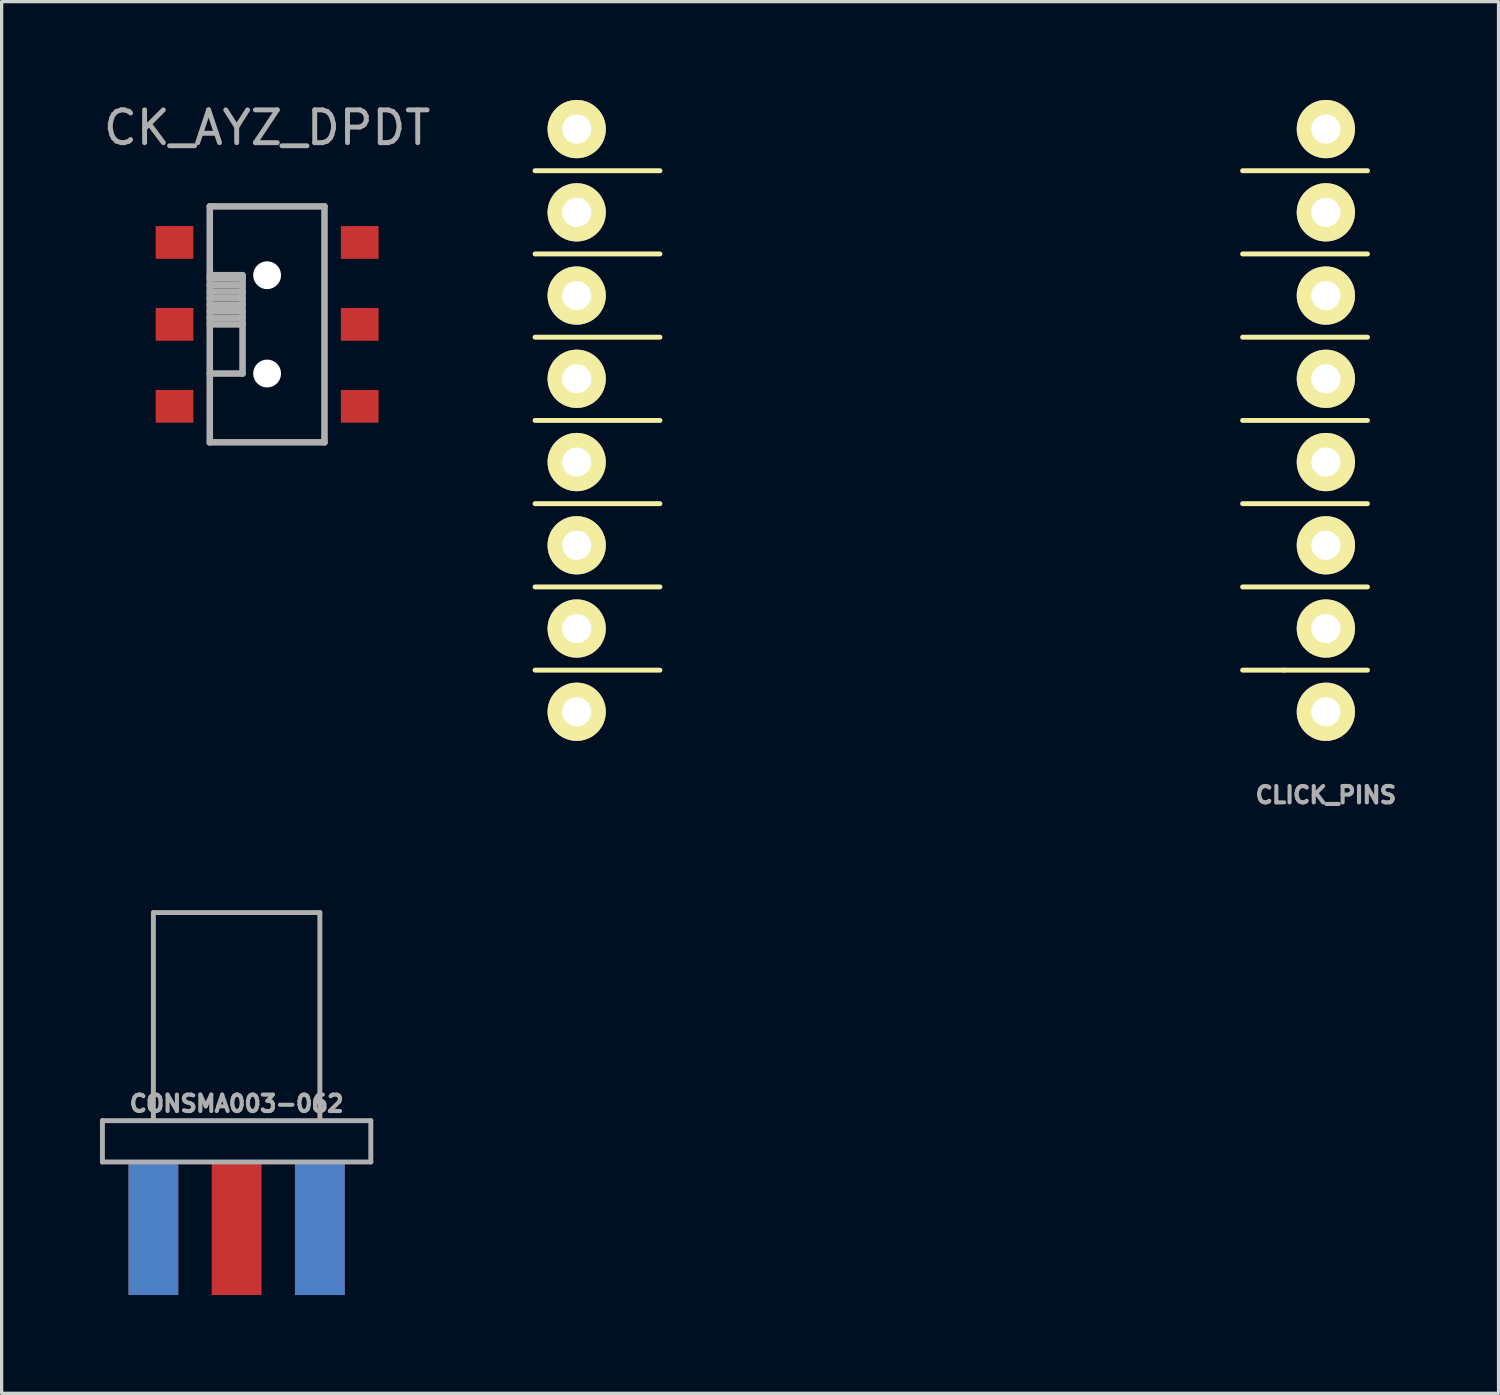
<source format=kicad_pcb>
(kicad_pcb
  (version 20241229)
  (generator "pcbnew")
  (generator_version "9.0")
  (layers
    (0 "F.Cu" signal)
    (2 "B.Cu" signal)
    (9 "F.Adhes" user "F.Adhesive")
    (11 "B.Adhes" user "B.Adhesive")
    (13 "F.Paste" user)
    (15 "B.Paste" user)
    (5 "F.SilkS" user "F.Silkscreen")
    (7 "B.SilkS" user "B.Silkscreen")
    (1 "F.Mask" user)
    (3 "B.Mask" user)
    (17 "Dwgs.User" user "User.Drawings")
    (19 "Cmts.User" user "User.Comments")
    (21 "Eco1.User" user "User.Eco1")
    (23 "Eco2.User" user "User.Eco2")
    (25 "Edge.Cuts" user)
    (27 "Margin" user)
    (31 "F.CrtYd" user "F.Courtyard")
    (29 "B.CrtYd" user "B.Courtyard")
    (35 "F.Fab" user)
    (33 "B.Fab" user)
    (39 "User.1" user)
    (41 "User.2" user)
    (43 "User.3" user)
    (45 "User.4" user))
  (footprint "CLICK_PINS"
    (layer "F.Cu")
    (at 25.977 9.779)
    (property "Reference" "CLICK_PINS" (at 11.43 11.43 0) (layer "F.Fab") (effects (font (size 0.5 0.5) (thickness 0.125))))
    (attr through_hole)
    (fp_line (start -12.7 -7.62) (end -8.89 -7.62) (stroke (width 0.15) (type solid)) (layer "F.SilkS"))
    (fp_line (start -12.7 -5.08) (end -8.89 -5.08) (stroke (width 0.15) (type solid)) (layer "F.SilkS"))
    (fp_line (start -12.7 -2.54) (end -8.89 -2.54) (stroke (width 0.15) (type solid)) (layer "F.SilkS"))
    (fp_line (start -12.7 0) (end -8.89 0) (stroke (width 0.15) (type solid)) (layer "F.SilkS"))
    (fp_line (start -12.7 2.54) (end -8.89 2.54) (stroke (width 0.15) (type solid)) (layer "F.SilkS"))
    (fp_line (start -12.7 5.08) (end -8.89 5.08) (stroke (width 0.15) (type solid)) (layer "F.SilkS"))
    (fp_line (start -12.7 7.62) (end -8.89 7.62) (stroke (width 0.15) (type solid)) (layer "F.SilkS"))
    (fp_line (start 10.16 7.62) (end 8.89 7.62) (stroke (width 0.15) (type solid)) (layer "F.SilkS"))
    (fp_line (start 12.7 -7.62) (end 8.89 -7.62) (stroke (width 0.15) (type solid)) (layer "F.SilkS"))
    (fp_line (start 12.7 -5.08) (end 8.89 -5.08) (stroke (width 0.15) (type solid)) (layer "F.SilkS"))
    (fp_line (start 12.7 -2.54) (end 8.89 -2.54) (stroke (width 0.15) (type solid)) (layer "F.SilkS"))
    (fp_line (start 12.7 0) (end 8.89 0) (stroke (width 0.15) (type solid)) (layer "F.SilkS"))
    (fp_line (start 12.7 2.54) (end 8.89 2.54) (stroke (width 0.15) (type solid)) (layer "F.SilkS"))
    (fp_line (start 12.7 5.08) (end 8.89 5.08) (stroke (width 0.15) (type solid)) (layer "F.SilkS"))
    (fp_line (start 12.7 7.62) (end 10.16 7.62) (stroke (width 0.15) (type solid)) (layer "F.SilkS"))
    (pad "1" thru_hole circle (at -11.43 -8.89) (size 1.778 1.778) (drill 0.889) (layers "*.Cu" "*.Mask" "F.SilkS"))
    (pad "2" thru_hole circle (at -11.43 -6.35) (size 1.778 1.778) (drill 0.889) (layers "*.Cu" "*.Mask" "F.SilkS"))
    (pad "3" thru_hole circle (at -11.43 -3.81) (size 1.778 1.778) (drill 0.889) (layers "*.Cu" "*.Mask" "F.SilkS"))
    (pad "4" thru_hole circle (at -11.43 -1.27) (size 1.778 1.778) (drill 0.889) (layers "*.Cu" "*.Mask" "F.SilkS"))
    (pad "5" thru_hole circle (at -11.43 1.27) (size 1.778 1.778) (drill 0.889) (layers "*.Cu" "*.Mask" "F.SilkS"))
    (pad "6" thru_hole circle (at -11.43 3.81) (size 1.778 1.778) (drill 0.889) (layers "*.Cu" "*.Mask" "F.SilkS"))
    (pad "7" thru_hole circle (at -11.43 6.35) (size 1.778 1.778) (drill 0.889) (layers "*.Cu" "*.Mask" "F.SilkS"))
    (pad "8" thru_hole circle (at -11.43 8.89) (size 1.778 1.778) (drill 0.889) (layers "*.Cu" "*.Mask" "F.SilkS"))
    (pad "9" thru_hole circle (at 11.43 8.89) (size 1.778 1.778) (drill 0.889) (layers "*.Cu" "*.Mask" "F.SilkS"))
    (pad "10" thru_hole circle (at 11.43 6.35) (size 1.778 1.778) (drill 0.889) (layers "*.Cu" "*.Mask" "F.SilkS"))
    (pad "11" thru_hole circle (at 11.43 3.81) (size 1.778 1.778) (drill 0.889) (layers "*.Cu" "*.Mask" "F.SilkS"))
    (pad "12" thru_hole circle (at 11.43 1.27) (size 1.778 1.778) (drill 0.889) (layers "*.Cu" "*.Mask" "F.SilkS"))
    (pad "13" thru_hole circle (at 11.43 -1.27) (size 1.778 1.778) (drill 0.889) (layers "*.Cu" "*.Mask" "F.SilkS"))
    (pad "14" thru_hole circle (at 11.43 -3.81) (size 1.778 1.778) (drill 0.889) (layers "*.Cu" "*.Mask" "F.SilkS"))
    (pad "15" thru_hole circle (at 11.43 -6.35) (size 1.778 1.778) (drill 0.889) (layers "*.Cu" "*.Mask" "F.SilkS"))
    (pad "16" thru_hole circle (at 11.43 -8.89) (size 1.778 1.778) (drill 0.889) (layers "*.Cu" "*.Mask" "F.SilkS")))
  (footprint "CK_AYZ_DPDT"
    (layer "F.Cu")
    (at 5.101 6.848)
    (property "Reference" "CK_AYZ_DPDT" (at 0 -6 0) (layer "F.Fab") (effects (font (size 1 1) (thickness 0.15))))
    (attr through_hole)
    (fp_line (start -1.75 -3.6) (end -1.75 3.6) (stroke (width 0.2) (type solid)) (layer "F.Fab"))
    (fp_line (start -1.75 -3.6) (end 1.75 -3.6) (stroke (width 0.2) (type solid)) (layer "F.Fab"))
    (fp_line (start -1.75 -1.5) (end -0.75 -1.5) (stroke (width 0.2) (type solid)) (layer "F.Fab"))
    (fp_line (start -1.75 -1.4) (end -0.75 -1.4) (stroke (width 0.2) (type solid)) (layer "F.Fab"))
    (fp_line (start -1.75 -1.2) (end -0.75 -1.2) (stroke (width 0.2) (type solid)) (layer "F.Fab"))
    (fp_line (start -1.75 -1) (end -0.75 -1) (stroke (width 0.2) (type solid)) (layer "F.Fab"))
    (fp_line (start -1.75 -0.8) (end -0.75 -0.8) (stroke (width 0.2) (type solid)) (layer "F.Fab"))
    (fp_line (start -1.75 -0.6) (end -0.75 -0.6) (stroke (width 0.2) (type solid)) (layer "F.Fab"))
    (fp_line (start -1.75 -0.4) (end -0.75 -0.4) (stroke (width 0.2) (type solid)) (layer "F.Fab"))
    (fp_line (start -1.75 -0.2) (end -0.75 -0.2) (stroke (width 0.2) (type solid)) (layer "F.Fab"))
    (fp_line (start -1.75 0) (end -0.75 0) (stroke (width 0.2) (type solid)) (layer "F.Fab"))
    (fp_line (start -1.75 3.6) (end 1.75 3.6) (stroke (width 0.2) (type solid)) (layer "F.Fab"))
    (fp_line (start -0.75 -1.5) (end -0.75 1.5) (stroke (width 0.2) (type solid)) (layer "F.Fab"))
    (fp_line (start -0.75 1.5) (end -1.75 1.5) (stroke (width 0.2) (type solid)) (layer "F.Fab"))
    (fp_line (start 1.75 -3.6) (end 1.75 3.6) (stroke (width 0.2) (type solid)) (layer "F.Fab"))
    (pad "" np_thru_hole circle (at 0 -1.5) (size 0.85 0.85) (drill 0.85) (layers "*.Cu" "*.Mask"))
    (pad "" np_thru_hole circle (at 0 1.5) (size 0.85 0.85) (drill 0.85) (layers "*.Cu" "*.Mask"))
    (pad "1" smd rect (at 2.825 -2.5) (size 1.15 1) (layers "F.Cu" "F.Mask" "F.Paste"))
    (pad "2" smd rect (at 2.825 0) (size 1.15 1) (layers "F.Cu" "F.Mask" "F.Paste"))
    (pad "3" smd rect (at 2.825 2.5) (size 1.15 1) (layers "F.Cu" "F.Mask" "F.Paste"))
    (pad "4" smd rect (at -2.825 -2.5) (size 1.15 1) (layers "F.Cu" "F.Mask" "F.Paste"))
    (pad "5" smd rect (at -2.825 0) (size 1.15 1) (layers "F.Cu" "F.Mask" "F.Paste"))
    (pad "6" smd rect (at -2.825 2.5) (size 1.15 1) (layers "F.Cu" "F.Mask" "F.Paste")))
  (footprint "CONSMA003-062"
    (layer "F.Cu")
    (at 4.17 34.436)
    (property "Reference" "CONSMA003-062" (at 0 -3.81 0) (layer "F.Fab") (effects (font (size 0.5 0.5) (thickness 0.125))))
    (attr through_hole)
    (fp_line (start -4.095 -3.29) (end -4.095 -2.03) (stroke (width 0.15) (type solid)) (layer "F.Fab"))
    (fp_line (start -4.095 -3.29) (end 4.095 -3.29) (stroke (width 0.15) (type solid)) (layer "F.Fab"))
    (fp_line (start -4.095 -2.03) (end 4.095 -2.03) (stroke (width 0.15) (type solid)) (layer "F.Fab"))
    (fp_line (start -2.54 -9.64) (end -2.54 -3.29) (stroke (width 0.15) (type solid)) (layer "F.Fab"))
    (fp_line (start -2.54 -9.64) (end 2.54 -9.64) (stroke (width 0.15) (type solid)) (layer "F.Fab"))
    (fp_line (start 2.54 -9.64) (end 2.54 -3.29) (stroke (width 0.15) (type solid)) (layer "F.Fab"))
    (fp_line (start 4.095 -3.29) (end 4.095 -2.03) (stroke (width 0.15) (type solid)) (layer "F.Fab"))
    (pad "1" smd rect (at 0 0) (size 1.52 4.06) (layers "F.Cu" "F.Mask" "F.Paste"))
    (pad "2" smd rect (at -2.54 0) (size 1.52 4.06) (layers "F.Cu" "F.Mask" "F.Paste"))
    (pad "2" smd rect (at -2.54 0) (size 1.52 4.06) (layers "F.Mask" "B.Cu" "F.Paste"))
    (pad "2" smd rect (at 2.54 0) (size 1.52 4.06) (layers "F.Cu" "F.Mask" "F.Paste"))
    (pad "2" smd rect (at 2.54 0) (size 1.52 4.06) (layers "F.Mask" "B.Cu" "F.Paste")))
  (gr_rect
    (start -3 -3)
    (end 42.676 39.466)
    (stroke (width 0.1) (type default))
    (fill no)
    (layer "Edge.Cuts")))
</source>
